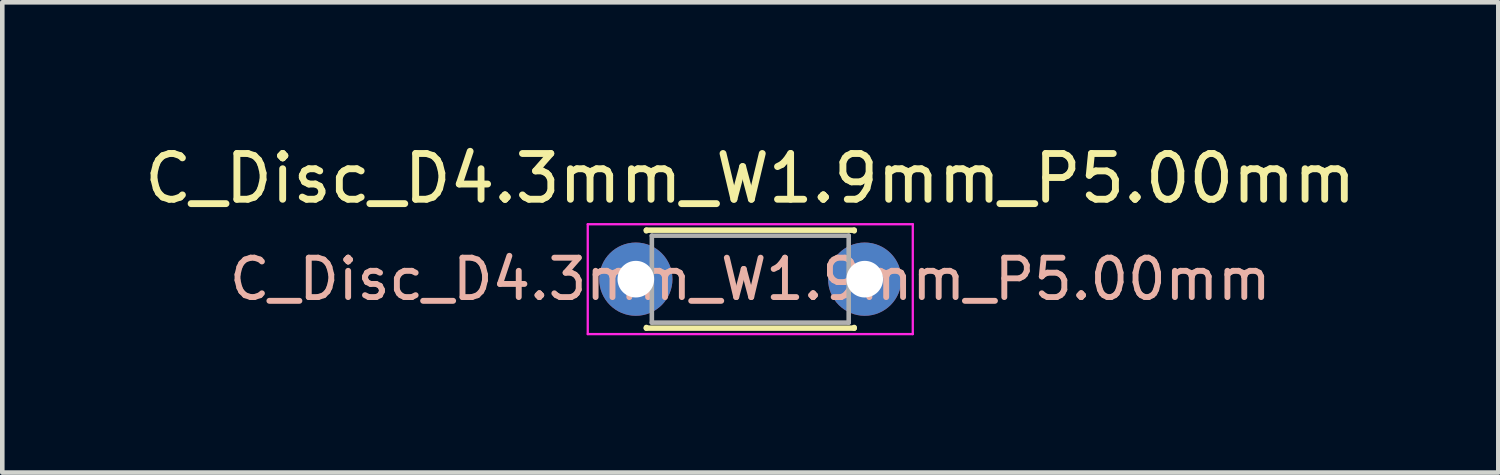
<source format=kicad_pcb>
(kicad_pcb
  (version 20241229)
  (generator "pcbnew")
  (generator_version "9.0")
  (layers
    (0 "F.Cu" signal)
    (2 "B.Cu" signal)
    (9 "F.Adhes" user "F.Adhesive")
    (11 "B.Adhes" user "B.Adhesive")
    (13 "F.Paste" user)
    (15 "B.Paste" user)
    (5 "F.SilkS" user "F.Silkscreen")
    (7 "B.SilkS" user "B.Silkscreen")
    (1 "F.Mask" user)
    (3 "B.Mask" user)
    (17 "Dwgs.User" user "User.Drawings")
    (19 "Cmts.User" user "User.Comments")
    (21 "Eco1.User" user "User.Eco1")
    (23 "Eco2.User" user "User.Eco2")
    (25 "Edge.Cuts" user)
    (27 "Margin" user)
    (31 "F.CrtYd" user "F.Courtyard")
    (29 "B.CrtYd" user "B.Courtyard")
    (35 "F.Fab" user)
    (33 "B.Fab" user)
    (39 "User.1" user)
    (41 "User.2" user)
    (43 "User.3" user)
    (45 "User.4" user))
  (footprint "C_Disc_D4.3mm_W1.9mm_P5.00mm"
    (layer "F.Cu")
    (at 10.839 3.048)
    (property "Reference" "C_Disc_D4.3mm_W1.9mm_P5.00mm" (at 2.5 -2.2 0) (layer "F.SilkS") (effects (font (size 1 1) (thickness 0.15))))
    (attr through_hole)
    (fp_line (start 0.23 -1.07) (end 0.23 -1.055) (stroke (width 0.12) (type solid)) (layer "F.SilkS"))
    (fp_line (start 0.23 -1.07) (end 4.77 -1.07) (stroke (width 0.12) (type solid)) (layer "F.SilkS"))
    (fp_line (start 0.23 1.055) (end 0.23 1.07) (stroke (width 0.12) (type solid)) (layer "F.SilkS"))
    (fp_line (start 0.23 1.07) (end 4.77 1.07) (stroke (width 0.12) (type solid)) (layer "F.SilkS"))
    (fp_line (start 4.77 -1.07) (end 4.77 -1.055) (stroke (width 0.12) (type solid)) (layer "F.SilkS"))
    (fp_line (start 4.77 1.055) (end 4.77 1.07) (stroke (width 0.12) (type solid)) (layer "F.SilkS"))
    (fp_line (start -1.05 -1.2) (end -1.05 1.2) (stroke (width 0.05) (type solid)) (layer "F.CrtYd"))
    (fp_line (start -1.05 1.2) (end 6.05 1.2) (stroke (width 0.05) (type solid)) (layer "F.CrtYd"))
    (fp_line (start 6.05 -1.2) (end -1.05 -1.2) (stroke (width 0.05) (type solid)) (layer "F.CrtYd"))
    (fp_line (start 6.05 1.2) (end 6.05 -1.2) (stroke (width 0.05) (type solid)) (layer "F.CrtYd"))
    (fp_line (start 0.35 -0.95) (end 0.35 0.95) (stroke (width 0.1) (type solid)) (layer "F.Fab"))
    (fp_line (start 0.35 0.95) (end 4.65 0.95) (stroke (width 0.1) (type solid)) (layer "F.Fab"))
    (fp_line (start 4.65 -0.95) (end 0.35 -0.95) (stroke (width 0.1) (type solid)) (layer "F.Fab"))
    (fp_line (start 4.65 0.95) (end 4.65 -0.95) (stroke (width 0.1) (type solid)) (layer "F.Fab"))
    (fp_text user "${REFERENCE}" (at 2.5 0 0) (layer "B.SilkS") (effects (font (size 0.86 0.86) (thickness 0.129))))
    (pad "1" thru_hole circle (at 0 0) (size 1.6 1.6) (drill 0.8) (layers "*.Cu" "*.Mask"))
    (pad "2" thru_hole circle (at 5 0) (size 1.6 1.6) (drill 0.8) (layers "*.Cu" "*.Mask")))
  (gr_rect
    (start -3 -3)
    (end 29.679 7.273)
    (stroke (width 0.1) (type default))
    (fill no)
    (layer "Edge.Cuts")))
</source>
